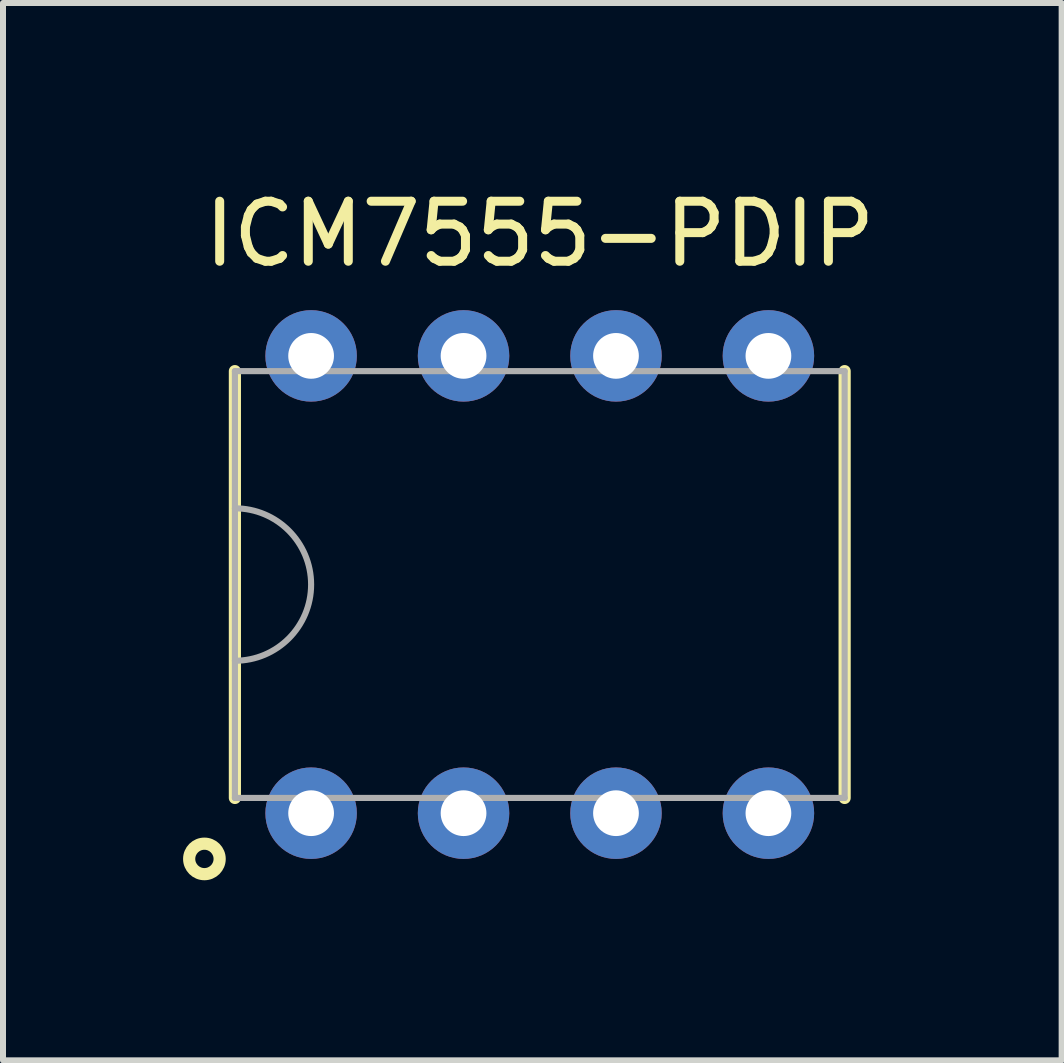
<source format=kicad_pcb>
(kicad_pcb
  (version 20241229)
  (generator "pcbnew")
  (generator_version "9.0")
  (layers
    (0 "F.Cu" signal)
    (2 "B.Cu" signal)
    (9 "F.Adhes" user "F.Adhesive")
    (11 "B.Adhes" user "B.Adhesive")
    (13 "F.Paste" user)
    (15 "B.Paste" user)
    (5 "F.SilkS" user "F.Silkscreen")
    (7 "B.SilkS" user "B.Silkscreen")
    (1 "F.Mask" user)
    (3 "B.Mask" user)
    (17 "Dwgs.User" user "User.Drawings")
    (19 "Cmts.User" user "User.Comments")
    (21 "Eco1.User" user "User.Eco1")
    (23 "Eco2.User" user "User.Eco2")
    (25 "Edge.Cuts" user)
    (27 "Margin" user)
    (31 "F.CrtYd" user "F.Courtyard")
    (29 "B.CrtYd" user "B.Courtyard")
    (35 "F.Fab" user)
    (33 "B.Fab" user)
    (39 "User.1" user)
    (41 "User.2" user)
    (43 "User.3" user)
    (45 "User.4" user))
  (footprint "ICM7555-PDIP"
    (layer "F.Cu")
    (at 5.944 6.69)
    (property "Reference" "ICM7555-PDIP" (at 0 -5.842 0) (layer "F.SilkS") (effects (font (size 1 1) (thickness 0.15))))
    (attr through_hole)
    (fp_line (start -5.08 3.556) (end -5.08 -3.556) (stroke (width 0.203) (type solid)) (layer "F.SilkS"))
    (fp_line (start 5.08 3.556) (end 5.08 -3.556) (stroke (width 0.203) (type solid)) (layer "F.SilkS"))
    (fp_circle (center -5.588 4.572) (end -5.588 4.318) (stroke (width 0.203) (type solid)) (fill no) (layer "F.SilkS"))
    (fp_line (start -5.08 3.556) (end -5.08 -3.556) (stroke (width 0.102) (type solid)) (layer "F.Fab"))
    (fp_line (start 5.08 -3.556) (end -5.08 -3.556) (stroke (width 0.102) (type solid)) (layer "F.Fab"))
    (fp_line (start 5.08 3.556) (end -5.08 3.556) (stroke (width 0.102) (type solid)) (layer "F.Fab"))
    (fp_line (start 5.08 3.556) (end 5.08 -3.556) (stroke (width 0.102) (type solid)) (layer "F.Fab"))
    (fp_arc (start -5.08 -1.27) (mid -3.81 0) (end -5.08 1.27) (stroke (width 0.1016) (type solid)) (layer "F.Fab"))
    (pad "1" thru_hole circle (at -3.81 3.81) (size 1.524 1.524) (drill 0.762) (layers "*.Cu" "*.Mask"))
    (pad "2" thru_hole circle (at -1.27 3.81) (size 1.524 1.524) (drill 0.762) (layers "*.Cu" "*.Mask"))
    (pad "3" thru_hole circle (at 1.27 3.81) (size 1.524 1.524) (drill 0.762) (layers "*.Cu" "*.Mask"))
    (pad "4" thru_hole circle (at 3.81 3.81) (size 1.524 1.524) (drill 0.762) (layers "*.Cu" "*.Mask"))
    (pad "5" thru_hole circle (at 3.81 -3.81) (size 1.524 1.524) (drill 0.762) (layers "*.Cu" "*.Mask"))
    (pad "6" thru_hole circle (at 1.27 -3.81) (size 1.524 1.524) (drill 0.762) (layers "*.Cu" "*.Mask"))
    (pad "7" thru_hole circle (at -1.27 -3.81) (size 1.524 1.524) (drill 0.762) (layers "*.Cu" "*.Mask"))
    (pad "8" thru_hole circle (at -3.81 -3.81) (size 1.524 1.524) (drill 0.762) (layers "*.Cu" "*.Mask")))
  (gr_rect
    (start -3 -3)
    (end 14.64 14.618)
    (stroke (width 0.1) (type default))
    (fill no)
    (layer "Edge.Cuts")))
</source>
